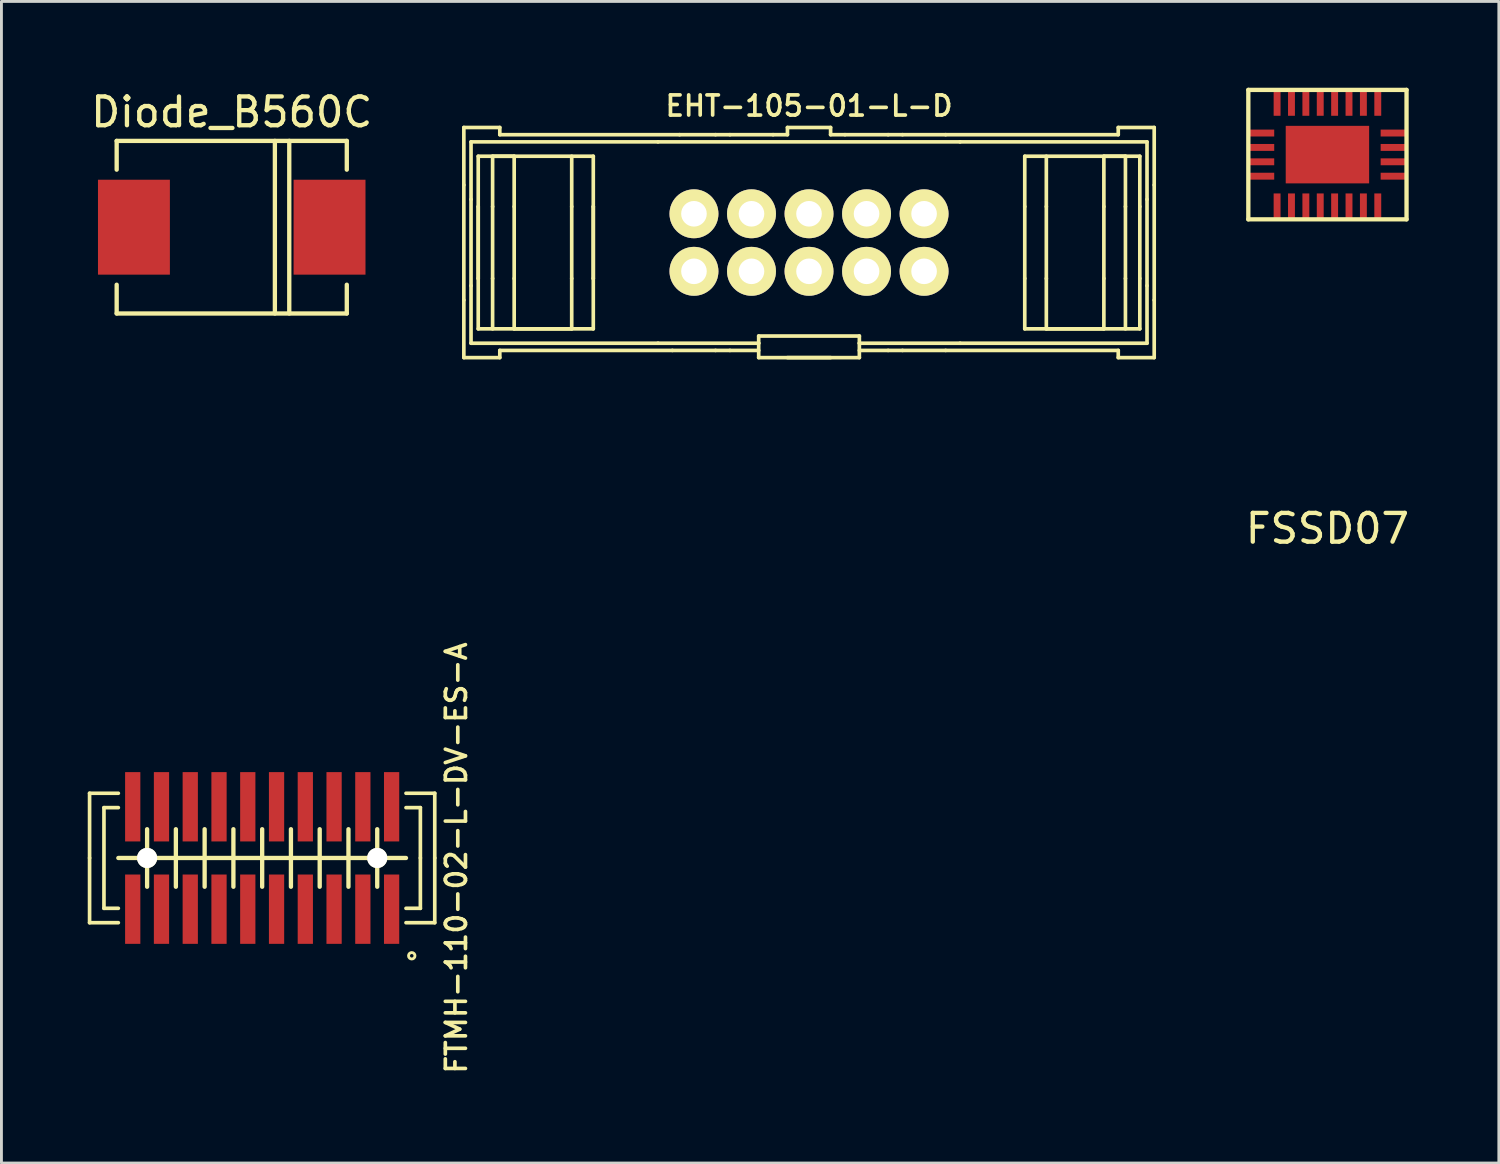
<source format=kicad_pcb>
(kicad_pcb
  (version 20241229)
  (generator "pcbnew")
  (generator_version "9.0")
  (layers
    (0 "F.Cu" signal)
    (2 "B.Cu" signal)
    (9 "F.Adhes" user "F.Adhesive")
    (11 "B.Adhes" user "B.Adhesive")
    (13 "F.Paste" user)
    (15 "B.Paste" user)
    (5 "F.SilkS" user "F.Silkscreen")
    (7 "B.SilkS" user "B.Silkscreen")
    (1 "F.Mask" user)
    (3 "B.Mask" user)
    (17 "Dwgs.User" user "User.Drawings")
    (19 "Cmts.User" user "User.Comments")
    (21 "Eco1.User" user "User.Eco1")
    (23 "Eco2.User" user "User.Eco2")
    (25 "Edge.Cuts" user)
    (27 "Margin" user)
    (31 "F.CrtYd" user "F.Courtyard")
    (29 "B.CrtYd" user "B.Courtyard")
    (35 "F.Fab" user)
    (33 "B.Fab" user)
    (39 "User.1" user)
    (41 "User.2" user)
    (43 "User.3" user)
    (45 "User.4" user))
  (footprint "FSSD07"
    (layer "F.Cu")
    (at 43.097 2.325)
    (property "Reference" "FSSD07" (at 0 13 0) (layer "F.SilkS") (effects (font (size 1 1) (thickness 0.15))))
    (attr through_hole)
    (fp_line (start -2.75 -2.25) (end 2.75 -2.25) (stroke (width 0.15) (type solid)) (layer "F.SilkS"))
    (fp_line (start -2.75 2.25) (end -2.75 -2.25) (stroke (width 0.15) (type solid)) (layer "F.SilkS"))
    (fp_line (start 2.75 -2.25) (end 2.75 2.25) (stroke (width 0.15) (type solid)) (layer "F.SilkS"))
    (fp_line (start 2.75 2.25) (end -2.75 2.25) (stroke (width 0.15) (type solid)) (layer "F.SilkS"))
    (pad "1" smd rect (at -2.3 0.25 270) (size 0.24 0.9) (layers "F.Cu" "F.Mask" "F.Paste"))
    (pad "2" smd rect (at -2.3 0.75 270) (size 0.24 0.9) (layers "F.Cu" "F.Mask" "F.Paste"))
    (pad "3" smd rect (at -1.75 1.8) (size 0.24 0.9) (layers "F.Cu" "F.Mask" "F.Paste"))
    (pad "4" smd rect (at -1.25 1.8) (size 0.24 0.9) (layers "F.Cu" "F.Mask" "F.Paste"))
    (pad "5" smd rect (at -0.75 1.8) (size 0.24 0.9) (layers "F.Cu" "F.Mask" "F.Paste"))
    (pad "6" smd rect (at -0.25 1.8) (size 0.24 0.9) (layers "F.Cu" "F.Mask" "F.Paste"))
    (pad "7" smd rect (at 0.25 1.8) (size 0.24 0.9) (layers "F.Cu" "F.Mask" "F.Paste"))
    (pad "8" smd rect (at 0.75 1.8) (size 0.24 0.9) (layers "F.Cu" "F.Mask" "F.Paste"))
    (pad "9" smd rect (at 1.25 1.8) (size 0.24 0.9) (layers "F.Cu" "F.Mask" "F.Paste"))
    (pad "10" smd rect (at 1.75 1.8) (size 0.24 0.9) (layers "F.Cu" "F.Mask" "F.Paste"))
    (pad "11" smd rect (at 2.3 0.75 270) (size 0.24 0.9) (layers "F.Cu" "F.Mask" "F.Paste"))
    (pad "12" smd rect (at 2.3 0.25 270) (size 0.24 0.9) (layers "F.Cu" "F.Mask" "F.Paste"))
    (pad "13" smd rect (at 2.3 -0.25 270) (size 0.24 0.9) (layers "F.Cu" "F.Mask" "F.Paste"))
    (pad "14" smd rect (at 2.3 -0.75 270) (size 0.24 0.9) (layers "F.Cu" "F.Mask" "F.Paste"))
    (pad "15" smd rect (at 1.75 -1.8) (size 0.24 0.9) (layers "F.Cu" "F.Mask" "F.Paste"))
    (pad "16" smd rect (at 1.25 -1.8) (size 0.24 0.9) (layers "F.Cu" "F.Mask" "F.Paste"))
    (pad "17" smd rect (at 0.75 -1.8) (size 0.24 0.9) (layers "F.Cu" "F.Mask" "F.Paste"))
    (pad "18" smd rect (at 0.25 -1.8) (size 0.24 0.9) (layers "F.Cu" "F.Mask" "F.Paste"))
    (pad "19" smd rect (at -0.25 -1.8) (size 0.24 0.9) (layers "F.Cu" "F.Mask" "F.Paste"))
    (pad "20" smd rect (at -0.75 -1.8) (size 0.24 0.9) (layers "F.Cu" "F.Mask" "F.Paste"))
    (pad "21" smd rect (at -1.25 -1.8) (size 0.24 0.9) (layers "F.Cu" "F.Mask" "F.Paste"))
    (pad "22" smd rect (at -1.75 -1.8) (size 0.24 0.9) (layers "F.Cu" "F.Mask" "F.Paste"))
    (pad "23" smd rect (at -2.3 -0.75 270) (size 0.24 0.9) (layers "F.Cu" "F.Mask" "F.Paste"))
    (pad "24" smd rect (at -2.3 -0.25 270) (size 0.24 0.9) (layers "F.Cu" "F.Mask" "F.Paste"))
    (pad "25" smd rect (at 0 0) (size 2.9 2) (layers "F.Cu" "F.Mask" "F.Paste")))
  (footprint "EHT-105-01-L-D"
    (layer "F.Cu")
    (at 25.075 5.382)
    (property "Reference" "EHT-105-01-L-D" (at 0 -4.75 0) (layer "F.SilkS") (effects (font (size 0.7 0.7) (thickness 0.127))))
    (attr through_hole)
    (fp_line (start -12 -4) (end -10.75 -4) (stroke (width 0.127) (type solid)) (layer "F.SilkS"))
    (fp_line (start -12 -2) (end -12 -4) (stroke (width 0.127) (type solid)) (layer "F.SilkS"))
    (fp_line (start -12 2) (end -12 -2) (stroke (width 0.127) (type solid)) (layer "F.SilkS"))
    (fp_line (start -12 2) (end -12 4) (stroke (width 0.127) (type solid)) (layer "F.SilkS"))
    (fp_line (start -11.75 -3.5) (end -11.75 -1.5) (stroke (width 0.127) (type solid)) (layer "F.SilkS"))
    (fp_line (start -11.75 -1.5) (end -11.75 1.5) (stroke (width 0.127) (type solid)) (layer "F.SilkS"))
    (fp_line (start -11.75 3.5) (end -11.75 1.5) (stroke (width 0.127) (type solid)) (layer "F.SilkS"))
    (fp_line (start -11.75 3.5) (end -5.25 3.5) (stroke (width 0.127) (type solid)) (layer "F.SilkS"))
    (fp_line (start -11.5 -3) (end -11.5 -1.25) (stroke (width 0.127) (type solid)) (layer "F.SilkS"))
    (fp_line (start -11.5 -1.25) (end -11.5 1.25) (stroke (width 0.127) (type solid)) (layer "F.SilkS"))
    (fp_line (start -11.5 -1.25) (end -11.5 1.25) (stroke (width 0.127) (type solid)) (layer "F.SilkS"))
    (fp_line (start -11.5 1.25) (end -11.5 3) (stroke (width 0.127) (type solid)) (layer "F.SilkS"))
    (fp_line (start -11.5 3) (end -7.5 3) (stroke (width 0.127) (type solid)) (layer "F.SilkS"))
    (fp_line (start -11 -3) (end -10.25 -3) (stroke (width 0.127) (type solid)) (layer "F.SilkS"))
    (fp_line (start -11 -1.25) (end -11 -3) (stroke (width 0.127) (type solid)) (layer "F.SilkS"))
    (fp_line (start -11 -1.25) (end -11 1.25) (stroke (width 0.127) (type solid)) (layer "F.SilkS"))
    (fp_line (start -11 1.25) (end -11 3) (stroke (width 0.127) (type solid)) (layer "F.SilkS"))
    (fp_line (start -10.75 -4) (end -10.75 -3.75) (stroke (width 0.127) (type solid)) (layer "F.SilkS"))
    (fp_line (start -10.75 -3.75) (end -4.5 -3.75) (stroke (width 0.127) (type solid)) (layer "F.SilkS"))
    (fp_line (start -10.75 3.75) (end -10.75 4) (stroke (width 0.127) (type solid)) (layer "F.SilkS"))
    (fp_line (start -10.75 4) (end -12 4) (stroke (width 0.127) (type solid)) (layer "F.SilkS"))
    (fp_line (start -10.25 -3) (end -10.25 -1.25) (stroke (width 0.127) (type solid)) (layer "F.SilkS"))
    (fp_line (start -10.25 -1.25) (end -10.25 1.25) (stroke (width 0.127) (type solid)) (layer "F.SilkS"))
    (fp_line (start -10.25 3) (end -10.25 1.25) (stroke (width 0.127) (type solid)) (layer "F.SilkS"))
    (fp_line (start -8.25 -1.25) (end -8.25 -3) (stroke (width 0.127) (type solid)) (layer "F.SilkS"))
    (fp_line (start -8.25 -1.25) (end -8.25 1.25) (stroke (width 0.127) (type solid)) (layer "F.SilkS"))
    (fp_line (start -8.25 1.25) (end -8.25 3) (stroke (width 0.127) (type solid)) (layer "F.SilkS"))
    (fp_line (start -8.25 3) (end -10.25 3) (stroke (width 0.127) (type solid)) (layer "F.SilkS"))
    (fp_line (start -7.5 -3) (end -11.5 -3) (stroke (width 0.127) (type solid)) (layer "F.SilkS"))
    (fp_line (start -7.5 -1.25) (end -7.5 -3) (stroke (width 0.127) (type solid)) (layer "F.SilkS"))
    (fp_line (start -7.5 1.25) (end -7.5 -1.25) (stroke (width 0.127) (type solid)) (layer "F.SilkS"))
    (fp_line (start -7.5 1.25) (end -7.5 -1.25) (stroke (width 0.127) (type solid)) (layer "F.SilkS"))
    (fp_line (start -7.5 3) (end -7.5 1.25) (stroke (width 0.127) (type solid)) (layer "F.SilkS"))
    (fp_line (start -5.25 -3.5) (end -11.75 -3.5) (stroke (width 0.127) (type solid)) (layer "F.SilkS"))
    (fp_line (start -5.25 -3.5) (end 5.25 -3.5) (stroke (width 0.127) (type solid)) (layer "F.SilkS"))
    (fp_line (start -4.75 3.75) (end -10.75 3.75) (stroke (width 0.127) (type solid)) (layer "F.SilkS"))
    (fp_line (start -4.5 -3.75) (end -3.25 -3.75) (stroke (width 0.127) (type solid)) (layer "F.SilkS"))
    (fp_line (start -3.25 -3.75) (end -2.75 -3.75) (stroke (width 0.127) (type solid)) (layer "F.SilkS"))
    (fp_line (start -3.25 3.75) (end -4.75 3.75) (stroke (width 0.127) (type solid)) (layer "F.SilkS"))
    (fp_line (start -2.75 -3.75) (end -1.25 -3.75) (stroke (width 0.127) (type solid)) (layer "F.SilkS"))
    (fp_line (start -2.75 3.75) (end -3.25 3.75) (stroke (width 0.127) (type solid)) (layer "F.SilkS"))
    (fp_line (start -2.75 3.75) (end -1.75 3.75) (stroke (width 0.127) (type solid)) (layer "F.SilkS"))
    (fp_line (start -1.75 3.25) (end -1.75 3.5) (stroke (width 0.127) (type solid)) (layer "F.SilkS"))
    (fp_line (start -1.75 3.5) (end -5.25 3.5) (stroke (width 0.127) (type solid)) (layer "F.SilkS"))
    (fp_line (start -1.75 4) (end -1.75 3.5) (stroke (width 0.127) (type solid)) (layer "F.SilkS"))
    (fp_line (start -1.25 -3.75) (end -0.75 -3.75) (stroke (width 0.127) (type solid)) (layer "F.SilkS"))
    (fp_line (start -0.75 -4) (end 0.75 -4) (stroke (width 0.127) (type solid)) (layer "F.SilkS"))
    (fp_line (start -0.75 -3.75) (end -0.75 -4) (stroke (width 0.127) (type solid)) (layer "F.SilkS"))
    (fp_line (start -0.75 4) (end 0.75 4) (stroke (width 0.127) (type solid)) (layer "F.SilkS"))
    (fp_line (start 0.75 -4) (end 0.75 -3.75) (stroke (width 0.127) (type solid)) (layer "F.SilkS"))
    (fp_line (start 0.75 -3.75) (end 1.25 -3.75) (stroke (width 0.127) (type solid)) (layer "F.SilkS"))
    (fp_line (start 1.75 3.25) (end -1.75 3.25) (stroke (width 0.127) (type solid)) (layer "F.SilkS"))
    (fp_line (start 1.75 3.5) (end 1.75 3.25) (stroke (width 0.127) (type solid)) (layer "F.SilkS"))
    (fp_line (start 1.75 3.5) (end 1.75 4) (stroke (width 0.127) (type solid)) (layer "F.SilkS"))
    (fp_line (start 1.75 3.75) (end 2.75 3.75) (stroke (width 0.127) (type solid)) (layer "F.SilkS"))
    (fp_line (start 1.75 4) (end -1.75 4) (stroke (width 0.127) (type solid)) (layer "F.SilkS"))
    (fp_line (start 2.75 -3.75) (end 1.25 -3.75) (stroke (width 0.127) (type solid)) (layer "F.SilkS"))
    (fp_line (start 2.75 -3.75) (end 3.25 -3.75) (stroke (width 0.127) (type solid)) (layer "F.SilkS"))
    (fp_line (start 3.25 3.75) (end 2.75 3.75) (stroke (width 0.127) (type solid)) (layer "F.SilkS"))
    (fp_line (start 4.75 -3.75) (end 3.25 -3.75) (stroke (width 0.127) (type solid)) (layer "F.SilkS"))
    (fp_line (start 4.75 -3.75) (end 10.75 -3.75) (stroke (width 0.127) (type solid)) (layer "F.SilkS"))
    (fp_line (start 4.75 3.75) (end 3.25 3.75) (stroke (width 0.127) (type solid)) (layer "F.SilkS"))
    (fp_line (start 5.25 -3.5) (end 11.75 -3.5) (stroke (width 0.127) (type solid)) (layer "F.SilkS"))
    (fp_line (start 5.25 3.5) (end 1.75 3.5) (stroke (width 0.127) (type solid)) (layer "F.SilkS"))
    (fp_line (start 7.5 -3) (end 11.5 -3) (stroke (width 0.127) (type solid)) (layer "F.SilkS"))
    (fp_line (start 7.5 -1.25) (end 7.5 -3) (stroke (width 0.127) (type solid)) (layer "F.SilkS"))
    (fp_line (start 7.5 1.25) (end 7.5 -1.25) (stroke (width 0.127) (type solid)) (layer "F.SilkS"))
    (fp_line (start 7.5 3) (end 7.5 1.25) (stroke (width 0.127) (type solid)) (layer "F.SilkS"))
    (fp_line (start 8.25 -1.25) (end 8.25 -3) (stroke (width 0.127) (type solid)) (layer "F.SilkS"))
    (fp_line (start 8.25 -1.25) (end 8.25 1.25) (stroke (width 0.127) (type solid)) (layer "F.SilkS"))
    (fp_line (start 8.25 1.25) (end 8.25 3) (stroke (width 0.127) (type solid)) (layer "F.SilkS"))
    (fp_line (start 8.25 3) (end 10.25 3) (stroke (width 0.127) (type solid)) (layer "F.SilkS"))
    (fp_line (start 10.25 -3) (end 10.25 -1.25) (stroke (width 0.127) (type solid)) (layer "F.SilkS"))
    (fp_line (start 10.25 -1.25) (end 10.25 1.25) (stroke (width 0.127) (type solid)) (layer "F.SilkS"))
    (fp_line (start 10.25 3) (end 10.25 1.25) (stroke (width 0.127) (type solid)) (layer "F.SilkS"))
    (fp_line (start 10.75 -4) (end 12 -4) (stroke (width 0.127) (type solid)) (layer "F.SilkS"))
    (fp_line (start 10.75 -3.75) (end 10.75 -4) (stroke (width 0.127) (type solid)) (layer "F.SilkS"))
    (fp_line (start 10.75 3.75) (end 4.75 3.75) (stroke (width 0.127) (type solid)) (layer "F.SilkS"))
    (fp_line (start 10.75 4) (end 10.75 3.75) (stroke (width 0.127) (type solid)) (layer "F.SilkS"))
    (fp_line (start 11 -3) (end 10.25 -3) (stroke (width 0.127) (type solid)) (layer "F.SilkS"))
    (fp_line (start 11 -1.25) (end 11 -3) (stroke (width 0.127) (type solid)) (layer "F.SilkS"))
    (fp_line (start 11 -1.25) (end 11 1.25) (stroke (width 0.127) (type solid)) (layer "F.SilkS"))
    (fp_line (start 11 1.25) (end 11 3) (stroke (width 0.127) (type solid)) (layer "F.SilkS"))
    (fp_line (start 11.5 -3) (end 11.5 -1.25) (stroke (width 0.127) (type solid)) (layer "F.SilkS"))
    (fp_line (start 11.5 -1.25) (end 11.5 1.25) (stroke (width 0.127) (type solid)) (layer "F.SilkS"))
    (fp_line (start 11.5 1.25) (end 11.5 3) (stroke (width 0.127) (type solid)) (layer "F.SilkS"))
    (fp_line (start 11.5 3) (end 7.5 3) (stroke (width 0.127) (type solid)) (layer "F.SilkS"))
    (fp_line (start 11.75 -3.5) (end 11.75 -1.5) (stroke (width 0.127) (type solid)) (layer "F.SilkS"))
    (fp_line (start 11.75 -1.5) (end 11.75 1.5) (stroke (width 0.127) (type solid)) (layer "F.SilkS"))
    (fp_line (start 11.75 1.5) (end 11.75 3.5) (stroke (width 0.127) (type solid)) (layer "F.SilkS"))
    (fp_line (start 11.75 3.5) (end 5.25 3.5) (stroke (width 0.127) (type solid)) (layer "F.SilkS"))
    (fp_line (start 12 -2) (end 12 -4) (stroke (width 0.127) (type solid)) (layer "F.SilkS"))
    (fp_line (start 12 -2) (end 12 2) (stroke (width 0.127) (type solid)) (layer "F.SilkS"))
    (fp_line (start 12 2) (end 12 4) (stroke (width 0.127) (type solid)) (layer "F.SilkS"))
    (fp_line (start 12 4) (end 10.75 4) (stroke (width 0.127) (type solid)) (layer "F.SilkS"))
    (pad "1" thru_hole circle (at -4 1) (size 1.7 1.7) (drill 0.89) (layers "*.Cu" "*.Mask" "F.SilkS"))
    (pad "2" thru_hole circle (at -4 -1) (size 1.7 1.7) (drill 0.89) (layers "*.Cu" "*.Mask" "F.SilkS"))
    (pad "3" thru_hole circle (at -2 1) (size 1.7 1.7) (drill 0.89) (layers "*.Cu" "*.Mask" "F.SilkS"))
    (pad "4" thru_hole circle (at -2 -1) (size 1.7 1.7) (drill 0.89) (layers "*.Cu" "*.Mask" "F.SilkS"))
    (pad "5" thru_hole circle (at 0 1) (size 1.7 1.7) (drill 0.89) (layers "*.Cu" "*.Mask" "F.SilkS"))
    (pad "6" thru_hole circle (at 0 -1) (size 1.7 1.7) (drill 0.89) (layers "*.Cu" "*.Mask" "F.SilkS"))
    (pad "7" thru_hole circle (at 2 1) (size 1.7 1.7) (drill 0.89) (layers "*.Cu" "*.Mask" "F.SilkS"))
    (pad "8" thru_hole circle (at 2 -1) (size 1.7 1.7) (drill 0.89) (layers "*.Cu" "*.Mask" "F.SilkS"))
    (pad "9" thru_hole circle (at 4 1) (size 1.7 1.7) (drill 0.89) (layers "*.Cu" "*.Mask" "F.SilkS"))
    (pad "10" thru_hole circle (at 4 -1) (size 1.7 1.7) (drill 0.89) (layers "*.Cu" "*.Mask" "F.SilkS")))
  (footprint "Diode_B560C"
    (layer "F.Cu")
    (at 5.006 4.848)
    (property "Reference" "Diode_B560C" (at 0 -4 0) (layer "F.SilkS") (effects (font (size 1 1) (thickness 0.15))))
    (attr through_hole)
    (fp_line (start -4 -3) (end 4 -3) (stroke (width 0.15) (type solid)) (layer "F.SilkS"))
    (fp_line (start -4 -2) (end -4 -3) (stroke (width 0.15) (type solid)) (layer "F.SilkS"))
    (fp_line (start -4 3) (end -4 2) (stroke (width 0.15) (type solid)) (layer "F.SilkS"))
    (fp_line (start 1.5 -3) (end 1.5 3) (stroke (width 0.15) (type solid)) (layer "F.SilkS"))
    (fp_line (start 2 -3) (end 2 3) (stroke (width 0.15) (type solid)) (layer "F.SilkS"))
    (fp_line (start 4 -3) (end 4 -2) (stroke (width 0.15) (type solid)) (layer "F.SilkS"))
    (fp_line (start 4 2) (end 4 3) (stroke (width 0.15) (type solid)) (layer "F.SilkS"))
    (fp_line (start 4 3) (end -4 3) (stroke (width 0.15) (type solid)) (layer "F.SilkS"))
    (pad "1" smd rect (at -3.4 0) (size 2.5 3.3) (layers "F.Cu" "F.Mask" "F.Paste"))
    (pad "2" smd rect (at 3.4 0) (size 2.5 3.3) (layers "F.Cu" "F.Mask" "F.Paste")))
  (footprint "FTMH-110-02-L-DV-ES-A"
    (layer "F.Cu")
    (at 6.064 26.777)
    (property "Reference" "FTMH-110-02-L-DV-ES-A" (at 6.75 0 90) (layer "F.SilkS") (effects (font (size 0.7 0.7) (thickness 0.127))))
    (attr smd)
    (fp_line (start -6 -2.25) (end -6 0) (stroke (width 0.127) (type solid)) (layer "F.SilkS"))
    (fp_line (start -6 0) (end -6 2.25) (stroke (width 0.127) (type solid)) (layer "F.SilkS"))
    (fp_line (start -6 2.25) (end -5 2.25) (stroke (width 0.127) (type solid)) (layer "F.SilkS"))
    (fp_line (start -5.5 -1.75) (end -5 -1.75) (stroke (width 0.127) (type solid)) (layer "F.SilkS"))
    (fp_line (start -5.5 1.75) (end -5.5 -1.75) (stroke (width 0.127) (type solid)) (layer "F.SilkS"))
    (fp_line (start -5 -2.25) (end -6 -2.25) (stroke (width 0.127) (type solid)) (layer "F.SilkS"))
    (fp_line (start -5 0) (end -4 0) (stroke (width 0.15) (type solid)) (layer "F.SilkS"))
    (fp_line (start -5 1.75) (end -5.5 1.75) (stroke (width 0.127) (type solid)) (layer "F.SilkS"))
    (fp_line (start -4 -1) (end -4 0) (stroke (width 0.15) (type solid)) (layer "F.SilkS"))
    (fp_line (start -4 0) (end -4 1) (stroke (width 0.15) (type solid)) (layer "F.SilkS"))
    (fp_line (start -4 0) (end -3 0) (stroke (width 0.15) (type solid)) (layer "F.SilkS"))
    (fp_line (start -3 -1) (end -3 1) (stroke (width 0.15) (type solid)) (layer "F.SilkS"))
    (fp_line (start -2 -1) (end -2 0) (stroke (width 0.15) (type solid)) (layer "F.SilkS"))
    (fp_line (start -2 0) (end -3 0) (stroke (width 0.15) (type solid)) (layer "F.SilkS"))
    (fp_line (start -2 0) (end -2 1) (stroke (width 0.15) (type solid)) (layer "F.SilkS"))
    (fp_line (start -2 0) (end -1 0) (stroke (width 0.15) (type solid)) (layer "F.SilkS"))
    (fp_line (start -1 -1) (end -1 0) (stroke (width 0.15) (type solid)) (layer "F.SilkS"))
    (fp_line (start -1 0) (end -1 1) (stroke (width 0.15) (type solid)) (layer "F.SilkS"))
    (fp_line (start -1 0) (end 0 0) (stroke (width 0.15) (type solid)) (layer "F.SilkS"))
    (fp_line (start 0 -1) (end 0 0) (stroke (width 0.15) (type solid)) (layer "F.SilkS"))
    (fp_line (start 0 0) (end 0 1) (stroke (width 0.15) (type solid)) (layer "F.SilkS"))
    (fp_line (start 0 0) (end 1 0) (stroke (width 0.15) (type solid)) (layer "F.SilkS"))
    (fp_line (start 1 -1) (end 1 0) (stroke (width 0.15) (type solid)) (layer "F.SilkS"))
    (fp_line (start 1 0) (end 1 1) (stroke (width 0.15) (type solid)) (layer "F.SilkS"))
    (fp_line (start 1 0) (end 2 0) (stroke (width 0.15) (type solid)) (layer "F.SilkS"))
    (fp_line (start 2 -1) (end 2 0) (stroke (width 0.15) (type solid)) (layer "F.SilkS"))
    (fp_line (start 2 0) (end 2 1) (stroke (width 0.15) (type solid)) (layer "F.SilkS"))
    (fp_line (start 2 0) (end 3 0) (stroke (width 0.15) (type solid)) (layer "F.SilkS"))
    (fp_line (start 3 -1) (end 3 0) (stroke (width 0.15) (type solid)) (layer "F.SilkS"))
    (fp_line (start 3 0) (end 3 1) (stroke (width 0.15) (type solid)) (layer "F.SilkS"))
    (fp_line (start 3 0) (end 4 0) (stroke (width 0.15) (type solid)) (layer "F.SilkS"))
    (fp_line (start 4 -1) (end 4 0) (stroke (width 0.15) (type solid)) (layer "F.SilkS"))
    (fp_line (start 4 0) (end 4 1) (stroke (width 0.15) (type solid)) (layer "F.SilkS"))
    (fp_line (start 4 0) (end 5 0) (stroke (width 0.15) (type solid)) (layer "F.SilkS"))
    (fp_line (start 5 -1.75) (end 5.5 -1.75) (stroke (width 0.127) (type solid)) (layer "F.SilkS"))
    (fp_line (start 5 1.75) (end 5.5 1.75) (stroke (width 0.127) (type solid)) (layer "F.SilkS"))
    (fp_line (start 5.5 -1.75) (end 5.5 0) (stroke (width 0.127) (type solid)) (layer "F.SilkS"))
    (fp_line (start 5.5 1.75) (end 5.5 0) (stroke (width 0.127) (type solid)) (layer "F.SilkS"))
    (fp_line (start 6 -2.25) (end 5 -2.25) (stroke (width 0.127) (type solid)) (layer "F.SilkS"))
    (fp_line (start 6 0) (end 6 -2.25) (stroke (width 0.127) (type solid)) (layer "F.SilkS"))
    (fp_line (start 6 0) (end 6 2.25) (stroke (width 0.127) (type solid)) (layer "F.SilkS"))
    (fp_line (start 6 2.25) (end 5 2.25) (stroke (width 0.127) (type solid)) (layer "F.SilkS"))
    (fp_circle (center 5.2 3.4) (end 5.25 3.5) (stroke (width 0.1) (type solid)) (fill no) (layer "F.SilkS"))
    (pad "" np_thru_hole circle (at -4 0 180) (size 0.7 0.7) (drill 0.7) (layers "*.Cu" "*.Mask" "F.SilkS"))
    (pad "" np_thru_hole circle (at 4 0 180) (size 0.7 0.7) (drill 0.7) (layers "*.Cu" "*.Mask" "F.SilkS"))
    (pad "1" smd rect (at 4.5 1.78 180) (size 0.53 2.41) (layers "F.Cu" "F.Mask" "F.Paste"))
    (pad "2" smd rect (at 4.5 -1.78 180) (size 0.53 2.41) (layers "F.Cu" "F.Mask" "F.Paste"))
    (pad "3" smd rect (at 3.5 1.78 180) (size 0.53 2.41) (layers "F.Cu" "F.Mask" "F.Paste"))
    (pad "4" smd rect (at 3.5 -1.78 180) (size 0.53 2.41) (layers "F.Cu" "F.Mask" "F.Paste"))
    (pad "5" smd rect (at 2.5 1.78 180) (size 0.53 2.41) (layers "F.Cu" "F.Mask" "F.Paste"))
    (pad "6" smd rect (at 2.5 -1.78 180) (size 0.53 2.41) (layers "F.Cu" "F.Mask" "F.Paste"))
    (pad "7" smd rect (at 1.5 1.78 180) (size 0.53 2.41) (layers "F.Cu" "F.Mask" "F.Paste"))
    (pad "8" smd rect (at 1.5 -1.78 180) (size 0.53 2.41) (layers "F.Cu" "F.Mask" "F.Paste"))
    (pad "9" smd rect (at 0.5 1.78 180) (size 0.53 2.41) (layers "F.Cu" "F.Mask" "F.Paste"))
    (pad "10" smd rect (at 0.5 -1.78 180) (size 0.53 2.41) (layers "F.Cu" "F.Mask" "F.Paste"))
    (pad "11" smd rect (at -0.5 1.78 180) (size 0.53 2.41) (layers "F.Cu" "F.Mask" "F.Paste"))
    (pad "12" smd rect (at -0.5 -1.78 180) (size 0.53 2.41) (layers "F.Cu" "F.Mask" "F.Paste"))
    (pad "13" smd rect (at -1.5 1.78 180) (size 0.53 2.41) (layers "F.Cu" "F.Mask" "F.Paste"))
    (pad "14" smd rect (at -1.5 -1.78 180) (size 0.53 2.41) (layers "F.Cu" "F.Mask" "F.Paste"))
    (pad "15" smd rect (at -2.5 1.78 180) (size 0.53 2.41) (layers "F.Cu" "F.Mask" "F.Paste"))
    (pad "16" smd rect (at -2.5 -1.78 180) (size 0.53 2.41) (layers "F.Cu" "F.Mask" "F.Paste"))
    (pad "17" smd rect (at -3.5 1.78 180) (size 0.53 2.41) (layers "F.Cu" "F.Mask" "F.Paste"))
    (pad "18" smd rect (at -3.5 -1.78 180) (size 0.53 2.41) (layers "F.Cu" "F.Mask" "F.Paste"))
    (pad "19" smd rect (at -4.5 1.78 180) (size 0.53 2.41) (layers "F.Cu" "F.Mask" "F.Paste"))
    (pad "20" smd rect (at -4.5 -1.78 180) (size 0.53 2.41) (layers "F.Cu" "F.Mask" "F.Paste")))
  (gr_rect
    (start -3 -3)
    (end 49.056 37.381)
    (stroke (width 0.1) (type default))
    (fill no)
    (layer "Edge.Cuts")))
</source>
